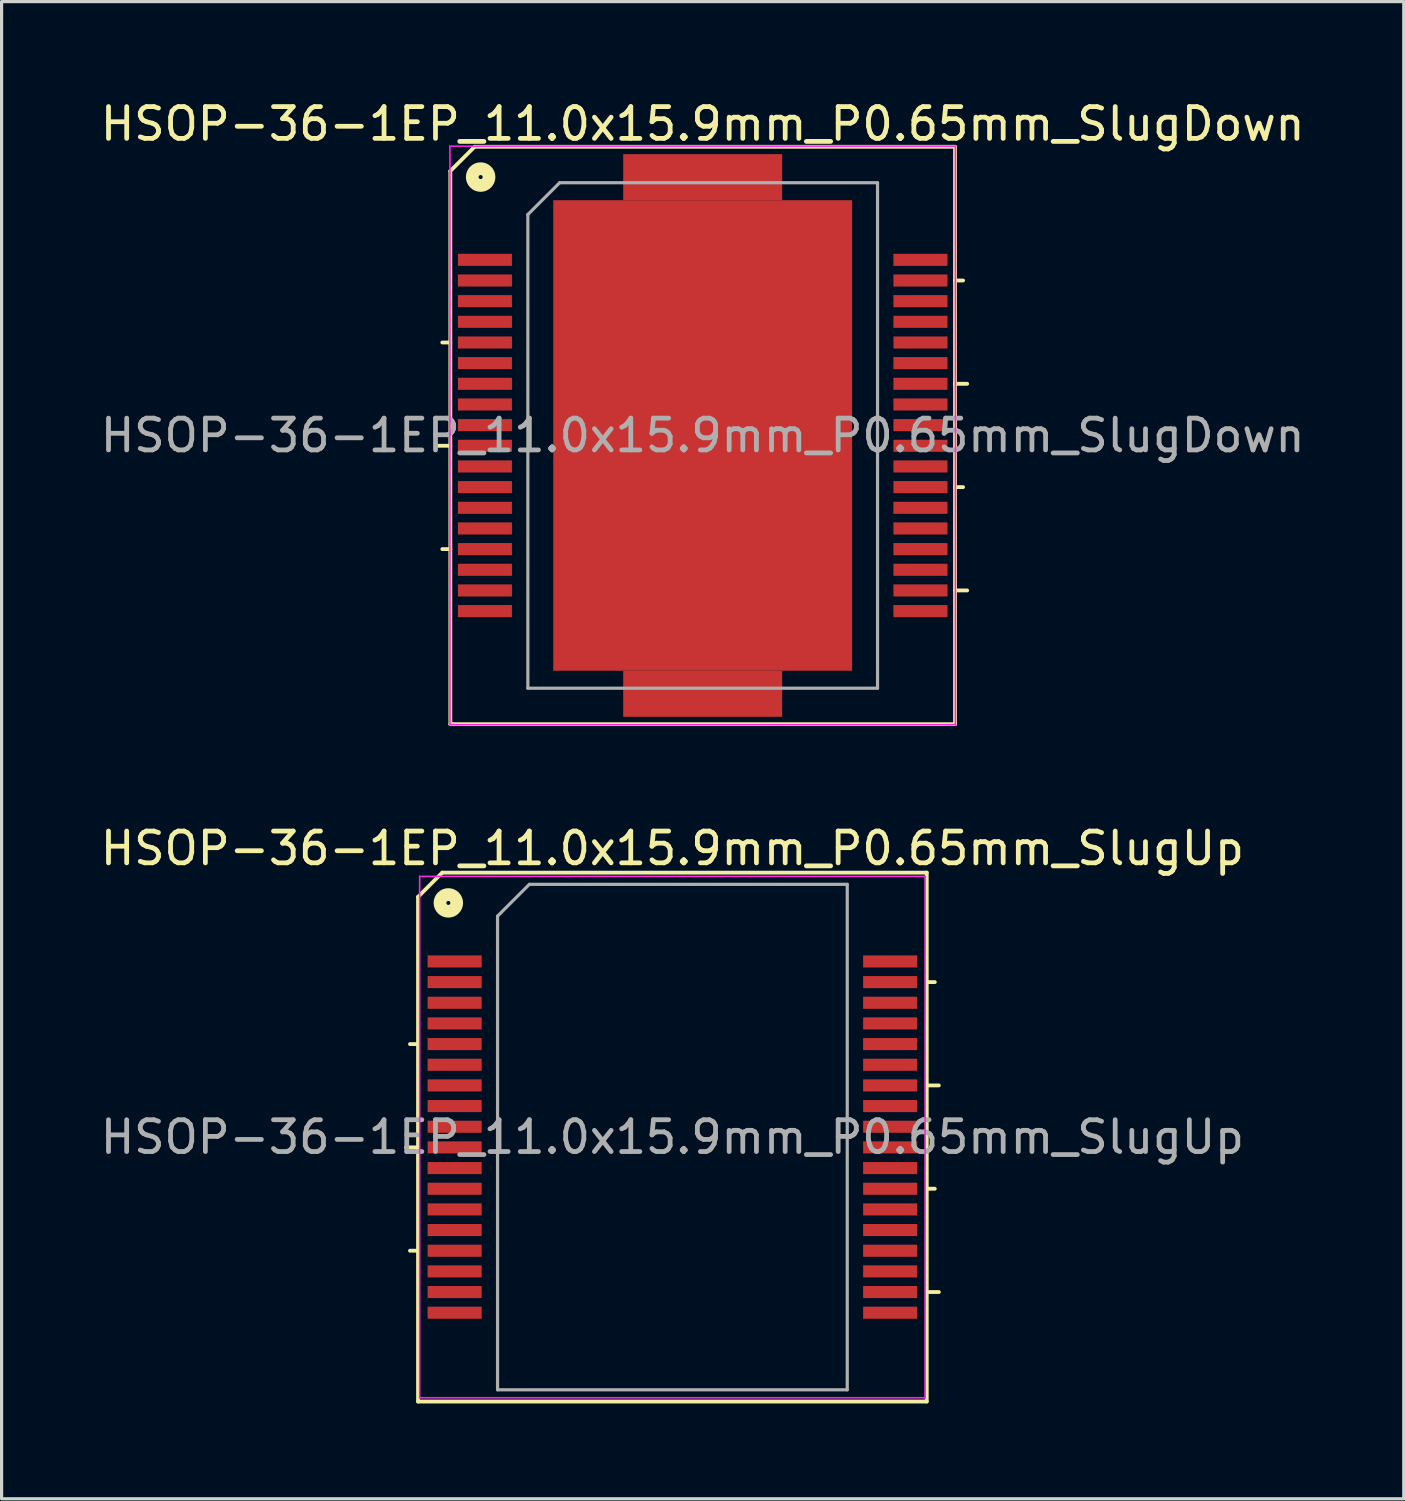
<source format=kicad_pcb>
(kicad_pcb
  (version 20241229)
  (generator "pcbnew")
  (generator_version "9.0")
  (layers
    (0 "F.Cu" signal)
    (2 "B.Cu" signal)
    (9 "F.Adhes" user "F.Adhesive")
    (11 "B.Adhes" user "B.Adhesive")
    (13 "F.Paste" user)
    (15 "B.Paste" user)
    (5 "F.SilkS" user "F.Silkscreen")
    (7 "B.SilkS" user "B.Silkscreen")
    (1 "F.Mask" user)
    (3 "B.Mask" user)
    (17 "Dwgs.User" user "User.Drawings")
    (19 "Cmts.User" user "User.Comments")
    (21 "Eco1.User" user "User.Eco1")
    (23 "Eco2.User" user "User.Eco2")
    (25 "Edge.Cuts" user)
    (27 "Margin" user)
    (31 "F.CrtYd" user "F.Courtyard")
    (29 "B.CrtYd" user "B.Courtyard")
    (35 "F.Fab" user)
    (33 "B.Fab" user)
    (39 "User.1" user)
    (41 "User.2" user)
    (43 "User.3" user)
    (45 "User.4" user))
  (footprint "HSOP-36-1EP_11.0x15.9mm_P0.65mm_SlugDown"
    (layer "F.Cu")
    (at 19.054 10.648)
    (property "Reference" "HSOP-36-1EP_11.0x15.9mm_P0.65mm_SlugDown" (at 0 -9.8 0) (layer "F.SilkS") (effects (font (size 1 1) (thickness 0.15))))
    (attr smd)
    (fp_line (start -7.938 -8.319) (end -7.938 9.081) (stroke (width 0.12) (type solid)) (layer "F.SilkS"))
    (fp_line (start -7.938 -8.319) (end -7.176 -9.081) (stroke (width 0.12) (type solid)) (layer "F.SilkS"))
    (fp_line (start -7.938 -2.925) (end -8.191 -2.925) (stroke (width 0.12) (type solid)) (layer "F.SilkS"))
    (fp_line (start -7.938 0.325) (end -8.319 0.325) (stroke (width 0.12) (type solid)) (layer "F.SilkS"))
    (fp_line (start -7.938 3.575) (end -8.191 3.575) (stroke (width 0.12) (type solid)) (layer "F.SilkS"))
    (fp_line (start -7.938 9.081) (end 7.938 9.081) (stroke (width 0.12) (type solid)) (layer "F.SilkS"))
    (fp_line (start 7.938 -9.081) (end -7.176 -9.081) (stroke (width 0.12) (type solid)) (layer "F.SilkS"))
    (fp_line (start 7.938 -4.875) (end 8.191 -4.875) (stroke (width 0.12) (type solid)) (layer "F.SilkS"))
    (fp_line (start 7.938 -1.625) (end 8.319 -1.625) (stroke (width 0.12) (type solid)) (layer "F.SilkS"))
    (fp_line (start 7.938 1.625) (end 8.191 1.625) (stroke (width 0.12) (type solid)) (layer "F.SilkS"))
    (fp_line (start 7.938 4.875) (end 8.319 4.875) (stroke (width 0.12) (type solid)) (layer "F.SilkS"))
    (fp_line (start 7.938 9.081) (end 7.938 -9.081) (stroke (width 0.12) (type solid)) (layer "F.SilkS"))
    (fp_circle (center -6.985 -8.128) (end -6.921 -8.128) (stroke (width 0.4) (type solid)) (fill no) (layer "F.SilkS"))
    (fp_line (start -7.95 -9.1) (end -7.95 9.1) (stroke (width 0.05) (type solid)) (layer "F.CrtYd"))
    (fp_line (start -7.95 -9.1) (end 7.95 -9.1) (stroke (width 0.05) (type solid)) (layer "F.CrtYd"))
    (fp_line (start 7.95 9.1) (end -7.95 9.1) (stroke (width 0.05) (type solid)) (layer "F.CrtYd"))
    (fp_line (start 7.95 9.1) (end 7.95 -9.1) (stroke (width 0.05) (type solid)) (layer "F.CrtYd"))
    (fp_line (start -5.5 -6.95) (end -5.5 7.95) (stroke (width 0.1) (type solid)) (layer "F.Fab"))
    (fp_line (start -5.5 7.95) (end 5.5 7.95) (stroke (width 0.1) (type solid)) (layer "F.Fab"))
    (fp_line (start -4.5 -7.95) (end -5.5 -6.95) (stroke (width 0.1) (type solid)) (layer "F.Fab"))
    (fp_line (start 5.5 -7.95) (end -4.5 -7.95) (stroke (width 0.1) (type solid)) (layer "F.Fab"))
    (fp_line (start 5.5 7.95) (end 5.5 -7.95) (stroke (width 0.1) (type solid)) (layer "F.Fab"))
    (fp_text user "${REFERENCE}" (at 0 0 0) (layer "F.Fab") (effects (font (size 1 1) (thickness 0.15))))
    (pad "1" smd rect (at -6.85 -5.525) (size 1.7 0.38) (layers "F.Cu" "F.Mask" "F.Paste"))
    (pad "2" smd rect (at -6.85 -4.875) (size 1.7 0.38) (layers "F.Cu" "F.Mask" "F.Paste"))
    (pad "3" smd rect (at -6.85 -4.225) (size 1.7 0.38) (layers "F.Cu" "F.Mask" "F.Paste"))
    (pad "4" smd rect (at -6.85 -3.575) (size 1.7 0.38) (layers "F.Cu" "F.Mask" "F.Paste"))
    (pad "5" smd rect (at -6.85 -2.925) (size 1.7 0.38) (layers "F.Cu" "F.Mask" "F.Paste"))
    (pad "6" smd rect (at -6.85 -2.275) (size 1.7 0.38) (layers "F.Cu" "F.Mask" "F.Paste"))
    (pad "7" smd rect (at -6.85 -1.625) (size 1.7 0.38) (layers "F.Cu" "F.Mask" "F.Paste"))
    (pad "8" smd rect (at -6.85 -0.975) (size 1.7 0.38) (layers "F.Cu" "F.Mask" "F.Paste"))
    (pad "9" smd rect (at -6.85 -0.325) (size 1.7 0.38) (layers "F.Cu" "F.Mask" "F.Paste"))
    (pad "10" smd rect (at -6.85 0.325) (size 1.7 0.38) (layers "F.Cu" "F.Mask" "F.Paste"))
    (pad "11" smd rect (at -6.85 0.975) (size 1.7 0.38) (layers "F.Cu" "F.Mask" "F.Paste"))
    (pad "12" smd rect (at -6.85 1.625) (size 1.7 0.38) (layers "F.Cu" "F.Mask" "F.Paste"))
    (pad "13" smd rect (at -6.85 2.275) (size 1.7 0.38) (layers "F.Cu" "F.Mask" "F.Paste"))
    (pad "14" smd rect (at -6.85 2.925) (size 1.7 0.38) (layers "F.Cu" "F.Mask" "F.Paste"))
    (pad "15" smd rect (at -6.85 3.575) (size 1.7 0.38) (layers "F.Cu" "F.Mask" "F.Paste"))
    (pad "16" smd rect (at -6.85 4.225) (size 1.7 0.38) (layers "F.Cu" "F.Mask" "F.Paste"))
    (pad "17" smd rect (at -6.85 4.875) (size 1.7 0.38) (layers "F.Cu" "F.Mask" "F.Paste"))
    (pad "18" smd rect (at -6.85 5.525) (size 1.7 0.38) (layers "F.Cu" "F.Mask" "F.Paste"))
    (pad "19" smd rect (at 6.85 5.525) (size 1.7 0.38) (layers "F.Cu" "F.Mask" "F.Paste"))
    (pad "20" smd rect (at 6.85 4.875) (size 1.7 0.38) (layers "F.Cu" "F.Mask" "F.Paste"))
    (pad "21" smd rect (at 6.85 4.225) (size 1.7 0.38) (layers "F.Cu" "F.Mask" "F.Paste"))
    (pad "22" smd rect (at 6.85 3.575) (size 1.7 0.38) (layers "F.Cu" "F.Mask" "F.Paste"))
    (pad "23" smd rect (at 6.85 2.925) (size 1.7 0.38) (layers "F.Cu" "F.Mask" "F.Paste"))
    (pad "24" smd rect (at 6.85 2.275) (size 1.7 0.38) (layers "F.Cu" "F.Mask" "F.Paste"))
    (pad "25" smd rect (at 6.85 1.625) (size 1.7 0.38) (layers "F.Cu" "F.Mask" "F.Paste"))
    (pad "26" smd rect (at 6.85 0.975) (size 1.7 0.38) (layers "F.Cu" "F.Mask" "F.Paste"))
    (pad "27" smd rect (at 6.85 0.325) (size 1.7 0.38) (layers "F.Cu" "F.Mask" "F.Paste"))
    (pad "28" smd rect (at 6.85 -0.325) (size 1.7 0.38) (layers "F.Cu" "F.Mask" "F.Paste"))
    (pad "29" smd rect (at 6.85 -0.975) (size 1.7 0.38) (layers "F.Cu" "F.Mask" "F.Paste"))
    (pad "30" smd rect (at 6.85 -1.625) (size 1.7 0.38) (layers "F.Cu" "F.Mask" "F.Paste"))
    (pad "31" smd rect (at 6.85 -2.275) (size 1.7 0.38) (layers "F.Cu" "F.Mask" "F.Paste"))
    (pad "32" smd rect (at 6.85 -2.925) (size 1.7 0.38) (layers "F.Cu" "F.Mask" "F.Paste"))
    (pad "33" smd rect (at 6.85 -3.575) (size 1.7 0.38) (layers "F.Cu" "F.Mask" "F.Paste"))
    (pad "34" smd rect (at 6.85 -4.225) (size 1.7 0.38) (layers "F.Cu" "F.Mask" "F.Paste"))
    (pad "35" smd rect (at 6.85 -4.875) (size 1.7 0.38) (layers "F.Cu" "F.Mask" "F.Paste"))
    (pad "36" smd rect (at 6.85 -5.525) (size 1.7 0.38) (layers "F.Cu" "F.Mask" "F.Paste"))
    (pad "37" smd rect (at 0 -8.125) (size 5 1.45) (layers "F.Cu" "F.Mask" "F.Paste"))
    (pad "37" smd rect (at 0 0) (size 9.4 14.8) (layers "F.Cu" "F.Mask" "F.Paste"))
    (pad "37" smd rect (at 0 8.125) (size 5 1.45) (layers "F.Cu" "F.Mask" "F.Paste")))
  (footprint "HSOP-36-1EP_11.0x15.9mm_P0.65mm_SlugUp"
    (layer "F.Cu")
    (at 18.101 32.718)
    (property "Reference" "HSOP-36-1EP_11.0x15.9mm_P0.65mm_SlugUp" (at 0 -9.081 0) (layer "F.SilkS") (effects (font (size 1 1) (thickness 0.15))))
    (attr smd)
    (fp_line (start -8.001 -7.556) (end -8.001 8.319) (stroke (width 0.12) (type solid)) (layer "F.SilkS"))
    (fp_line (start -8.001 -7.556) (end -7.239 -8.319) (stroke (width 0.12) (type solid)) (layer "F.SilkS"))
    (fp_line (start -8.001 -2.925) (end -8.255 -2.925) (stroke (width 0.12) (type solid)) (layer "F.SilkS"))
    (fp_line (start -8.001 0.325) (end -8.382 0.325) (stroke (width 0.12) (type solid)) (layer "F.SilkS"))
    (fp_line (start -8.001 3.575) (end -8.255 3.575) (stroke (width 0.12) (type solid)) (layer "F.SilkS"))
    (fp_line (start -8.001 8.319) (end 8.001 8.319) (stroke (width 0.12) (type solid)) (layer "F.SilkS"))
    (fp_line (start 8.001 -8.319) (end -7.239 -8.319) (stroke (width 0.12) (type solid)) (layer "F.SilkS"))
    (fp_line (start 8.001 -4.875) (end 8.255 -4.875) (stroke (width 0.12) (type solid)) (layer "F.SilkS"))
    (fp_line (start 8.001 -1.625) (end 8.382 -1.625) (stroke (width 0.12) (type solid)) (layer "F.SilkS"))
    (fp_line (start 8.001 1.625) (end 8.255 1.625) (stroke (width 0.12) (type solid)) (layer "F.SilkS"))
    (fp_line (start 8.001 4.875) (end 8.382 4.875) (stroke (width 0.12) (type solid)) (layer "F.SilkS"))
    (fp_line (start 8.001 8.319) (end 8.001 -8.319) (stroke (width 0.12) (type solid)) (layer "F.SilkS"))
    (fp_circle (center -7.048 -7.366) (end -6.985 -7.366) (stroke (width 0.4) (type solid)) (fill no) (layer "F.SilkS"))
    (fp_line (start -7.95 -8.2) (end -7.95 8.2) (stroke (width 0.05) (type solid)) (layer "F.CrtYd"))
    (fp_line (start -7.95 -8.2) (end 7.95 -8.2) (stroke (width 0.05) (type solid)) (layer "F.CrtYd"))
    (fp_line (start 7.95 8.2) (end -7.95 8.2) (stroke (width 0.05) (type solid)) (layer "F.CrtYd"))
    (fp_line (start 7.95 8.2) (end 7.95 -8.2) (stroke (width 0.05) (type solid)) (layer "F.CrtYd"))
    (fp_line (start -5.5 -6.95) (end -5.5 7.95) (stroke (width 0.1) (type solid)) (layer "F.Fab"))
    (fp_line (start -5.5 7.95) (end 5.5 7.95) (stroke (width 0.1) (type solid)) (layer "F.Fab"))
    (fp_line (start -4.5 -7.95) (end -5.5 -6.95) (stroke (width 0.1) (type solid)) (layer "F.Fab"))
    (fp_line (start 5.5 -7.95) (end -4.5 -7.95) (stroke (width 0.1) (type solid)) (layer "F.Fab"))
    (fp_line (start 5.5 7.95) (end 5.5 -7.95) (stroke (width 0.1) (type solid)) (layer "F.Fab"))
    (fp_text user "${REFERENCE}" (at 0 0 0) (layer "F.Fab") (effects (font (size 1 1) (thickness 0.15))))
    (pad "1" smd rect (at -6.85 -5.525) (size 1.7 0.38) (layers "F.Cu" "F.Mask" "F.Paste"))
    (pad "2" smd rect (at -6.85 -4.875) (size 1.7 0.38) (layers "F.Cu" "F.Mask" "F.Paste"))
    (pad "3" smd rect (at -6.85 -4.225) (size 1.7 0.38) (layers "F.Cu" "F.Mask" "F.Paste"))
    (pad "4" smd rect (at -6.85 -3.575) (size 1.7 0.38) (layers "F.Cu" "F.Mask" "F.Paste"))
    (pad "5" smd rect (at -6.85 -2.925) (size 1.7 0.38) (layers "F.Cu" "F.Mask" "F.Paste"))
    (pad "6" smd rect (at -6.85 -2.275) (size 1.7 0.38) (layers "F.Cu" "F.Mask" "F.Paste"))
    (pad "7" smd rect (at -6.85 -1.625) (size 1.7 0.38) (layers "F.Cu" "F.Mask" "F.Paste"))
    (pad "8" smd rect (at -6.85 -0.975) (size 1.7 0.38) (layers "F.Cu" "F.Mask" "F.Paste"))
    (pad "9" smd rect (at -6.85 -0.325) (size 1.7 0.38) (layers "F.Cu" "F.Mask" "F.Paste"))
    (pad "10" smd rect (at -6.85 0.325) (size 1.7 0.38) (layers "F.Cu" "F.Mask" "F.Paste"))
    (pad "11" smd rect (at -6.85 0.975) (size 1.7 0.38) (layers "F.Cu" "F.Mask" "F.Paste"))
    (pad "12" smd rect (at -6.85 1.625) (size 1.7 0.38) (layers "F.Cu" "F.Mask" "F.Paste"))
    (pad "13" smd rect (at -6.85 2.275) (size 1.7 0.38) (layers "F.Cu" "F.Mask" "F.Paste"))
    (pad "14" smd rect (at -6.85 2.925) (size 1.7 0.38) (layers "F.Cu" "F.Mask" "F.Paste"))
    (pad "15" smd rect (at -6.85 3.575) (size 1.7 0.38) (layers "F.Cu" "F.Mask" "F.Paste"))
    (pad "16" smd rect (at -6.85 4.225) (size 1.7 0.38) (layers "F.Cu" "F.Mask" "F.Paste"))
    (pad "17" smd rect (at -6.85 4.875) (size 1.7 0.38) (layers "F.Cu" "F.Mask" "F.Paste"))
    (pad "18" smd rect (at -6.85 5.525) (size 1.7 0.38) (layers "F.Cu" "F.Mask" "F.Paste"))
    (pad "19" smd rect (at 6.85 5.525) (size 1.7 0.38) (layers "F.Cu" "F.Mask" "F.Paste"))
    (pad "20" smd rect (at 6.85 4.875) (size 1.7 0.38) (layers "F.Cu" "F.Mask" "F.Paste"))
    (pad "21" smd rect (at 6.85 4.225) (size 1.7 0.38) (layers "F.Cu" "F.Mask" "F.Paste"))
    (pad "22" smd rect (at 6.85 3.575) (size 1.7 0.38) (layers "F.Cu" "F.Mask" "F.Paste"))
    (pad "23" smd rect (at 6.85 2.925) (size 1.7 0.38) (layers "F.Cu" "F.Mask" "F.Paste"))
    (pad "24" smd rect (at 6.85 2.275) (size 1.7 0.38) (layers "F.Cu" "F.Mask" "F.Paste"))
    (pad "25" smd rect (at 6.85 1.625) (size 1.7 0.38) (layers "F.Cu" "F.Mask" "F.Paste"))
    (pad "26" smd rect (at 6.85 0.975) (size 1.7 0.38) (layers "F.Cu" "F.Mask" "F.Paste"))
    (pad "27" smd rect (at 6.85 0.325) (size 1.7 0.38) (layers "F.Cu" "F.Mask" "F.Paste"))
    (pad "28" smd rect (at 6.85 -0.325) (size 1.7 0.38) (layers "F.Cu" "F.Mask" "F.Paste"))
    (pad "29" smd rect (at 6.85 -0.975) (size 1.7 0.38) (layers "F.Cu" "F.Mask" "F.Paste"))
    (pad "30" smd rect (at 6.85 -1.625) (size 1.7 0.38) (layers "F.Cu" "F.Mask" "F.Paste"))
    (pad "31" smd rect (at 6.85 -2.275) (size 1.7 0.38) (layers "F.Cu" "F.Mask" "F.Paste"))
    (pad "32" smd rect (at 6.85 -2.925) (size 1.7 0.38) (layers "F.Cu" "F.Mask" "F.Paste"))
    (pad "33" smd rect (at 6.85 -3.575) (size 1.7 0.38) (layers "F.Cu" "F.Mask" "F.Paste"))
    (pad "34" smd rect (at 6.85 -4.225) (size 1.7 0.38) (layers "F.Cu" "F.Mask" "F.Paste"))
    (pad "35" smd rect (at 6.85 -4.875) (size 1.7 0.38) (layers "F.Cu" "F.Mask" "F.Paste"))
    (pad "36" smd rect (at 6.85 -5.525) (size 1.7 0.38) (layers "F.Cu" "F.Mask" "F.Paste")))
  (gr_rect
    (start -3 -3)
    (end 41.107 44.096)
    (stroke (width 0.1) (type default))
    (fill no)
    (layer "Edge.Cuts")))
</source>
